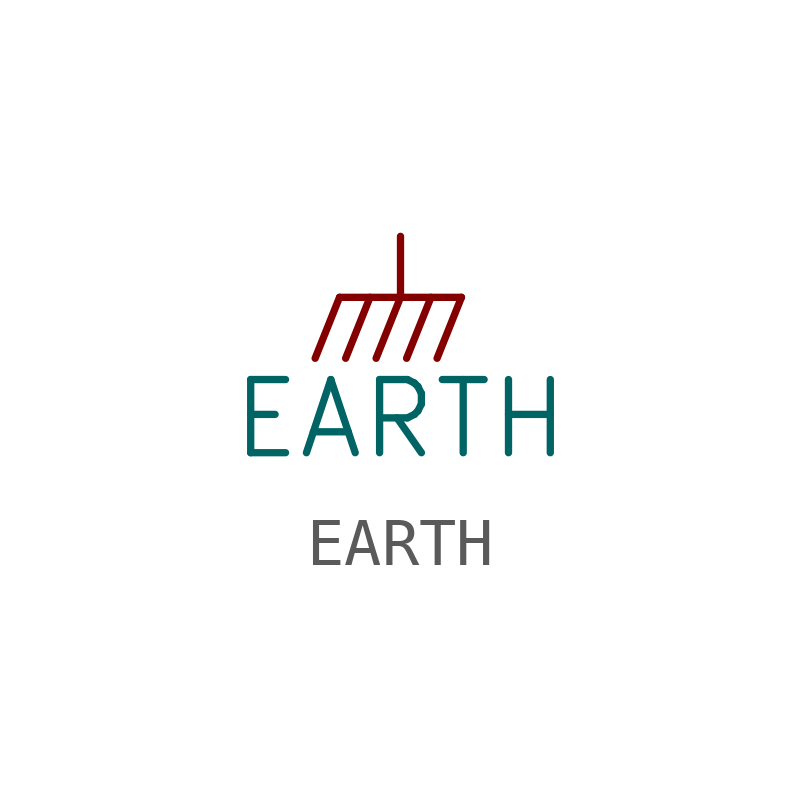
<source format=kicad_sym>
(kicad_symbol_lib
  (version 20220914)
  (generator kicad_symbol_editor)
  (symbol "EARTH"
    (power)
    (pin_numbers hide)
    (pin_names
      (offset 0) hide)
    (property "Reference" "#PWR"
      (at 0 2.54 0)
      (effects (font (size 1.524 1.524)) hide))
    (property "Value" "EARTH"
      (at 0 -2.54 0)
      (effects (font (size 1.524 1.524))))
    (property "Footprint" ""
      (at 0 0 0)
      (effects (font (size 1.524 1.524))))
    (property "Datasheet" ""
      (at 0 0 0)
      (effects (font (size 1.524 1.524))))
    (symbol "EARTH_0_1"
      (polyline (pts (xy -1.27 0) (xy -1.778 -1.27)) (stroke (width 0) (type default)) (fill (type none)))
      (polyline (pts (xy -1.27 0) (xy 1.27 0)) (stroke (width 0) (type default)) (fill (type none)))
      (polyline (pts (xy -0.635 0) (xy -1.143 -1.27)) (stroke (width 0) (type default)) (fill (type none)))
      (polyline (pts (xy 0 0) (xy -0.508 -1.27)) (stroke (width 0) (type default)) (fill (type none)))
      (polyline (pts (xy 0.635 0) (xy 0.127 -1.27)) (stroke (width 0) (type default)) (fill (type none)))
      (polyline (pts (xy 1.27 0) (xy 0.762 -1.27)) (stroke (width 0) (type default)) (fill (type none))))
    (symbol "EARTH_1_1"
      (pin power_in line (at 0 1.27 270) (length 1.27) (name "EARTH" (effects (font (size 1.27 1.27)))) (number "1" (effects (font (size 1.27 1.27))))))))
</source>
